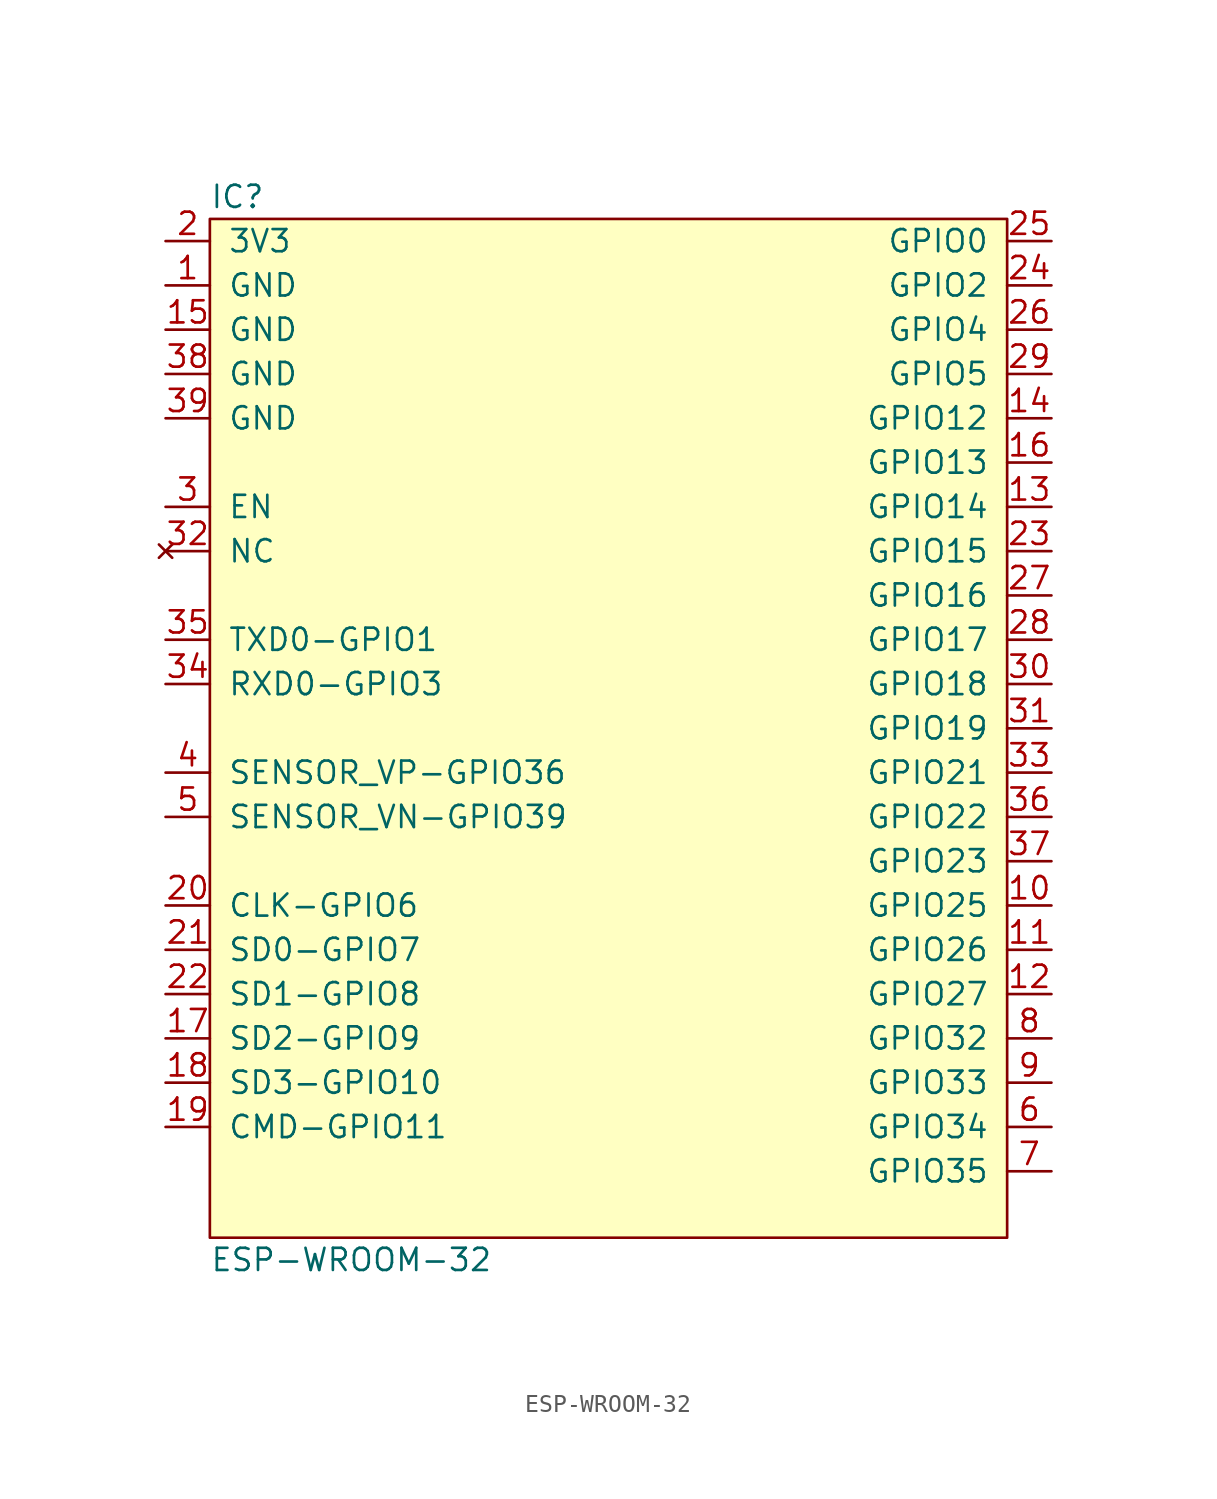
<source format=kicad_sym>
(kicad_symbol_lib
  (version 20211014)
  (generator agg_kicad.build_lib_ic)
  (symbol "ESP-WROOM-32"
    (pin_names
      (offset 1.016))
    (property Reference IC
      (at -22.86 30.48 0)
      (effects (font (size 1.27 1.27)) (justify left)))
    (property Value "ESP-WROOM-32"
      (at -22.86 -30.48 0)
      (effects (font (size 1.27 1.27)) (justify left)))
    (symbol "ESP-WROOM-32_0_0"
      (rectangle (start -22.86 29.21) (end 22.86 -29.21) (stroke (width 0) (type default) (color 0 0 0 0)) (fill (type background)))
      (pin power_in line (at -25.4 27.94 0) (length 2.54) (name "3V3" (effects (font (size 1.27 1.27)))) (number "2" (effects (font (size 1.27 1.27)))))
      (pin power_in line (at -25.4 25.4 0) (length 2.54) (name GND (effects (font (size 1.27 1.27)))) (number "1" (effects (font (size 1.27 1.27)))))
      (pin power_in line (at -25.4 22.86 0) (length 2.54) (name GND (effects (font (size 1.27 1.27)))) (number "15" (effects (font (size 1.27 1.27)))))
      (pin power_in line (at -25.4 20.32 0) (length 2.54) (name GND (effects (font (size 1.27 1.27)))) (number "38" (effects (font (size 1.27 1.27)))))
      (pin power_in line (at -25.4 17.78 0) (length 2.54) (name GND (effects (font (size 1.27 1.27)))) (number "39" (effects (font (size 1.27 1.27)))))
      (pin input line (at -25.4 12.7 0) (length 2.54) (name EN (effects (font (size 1.27 1.27)))) (number "3" (effects (font (size 1.27 1.27)))))
      (pin no_connect line (at -25.4 10.16 0) (length 2.54) (name NC (effects (font (size 1.27 1.27)))) (number "32" (effects (font (size 1.27 1.27)))))
      (pin bidirectional line (at -25.4 5.08 0) (length 2.54) (name "TXD0-GPIO1" (effects (font (size 1.27 1.27)))) (number "35" (effects (font (size 1.27 1.27)))))
      (pin bidirectional line (at -25.4 2.54 0) (length 2.54) (name "RXD0-GPIO3" (effects (font (size 1.27 1.27)))) (number "34" (effects (font (size 1.27 1.27)))))
      (pin bidirectional line (at -25.4 -2.54 0) (length 2.54) (name "SENSOR_VP-GPIO36" (effects (font (size 1.27 1.27)))) (number "4" (effects (font (size 1.27 1.27)))))
      (pin bidirectional line (at -25.4 -5.08 0) (length 2.54) (name "SENSOR_VN-GPIO39" (effects (font (size 1.27 1.27)))) (number "5" (effects (font (size 1.27 1.27)))))
      (pin bidirectional line (at -25.4 -10.16 0) (length 2.54) (name "CLK-GPIO6" (effects (font (size 1.27 1.27)))) (number "20" (effects (font (size 1.27 1.27)))))
      (pin bidirectional line (at -25.4 -12.7 0) (length 2.54) (name "SD0-GPIO7" (effects (font (size 1.27 1.27)))) (number "21" (effects (font (size 1.27 1.27)))))
      (pin bidirectional line (at -25.4 -15.24 0) (length 2.54) (name "SD1-GPIO8" (effects (font (size 1.27 1.27)))) (number "22" (effects (font (size 1.27 1.27)))))
      (pin bidirectional line (at -25.4 -17.78 0) (length 2.54) (name "SD2-GPIO9" (effects (font (size 1.27 1.27)))) (number "17" (effects (font (size 1.27 1.27)))))
      (pin bidirectional line (at -25.4 -20.32 0) (length 2.54) (name "SD3-GPIO10" (effects (font (size 1.27 1.27)))) (number "18" (effects (font (size 1.27 1.27)))))
      (pin bidirectional line (at -25.4 -22.86 0) (length 2.54) (name "CMD-GPIO11" (effects (font (size 1.27 1.27)))) (number "19" (effects (font (size 1.27 1.27)))))
      (pin bidirectional line (at 25.4 27.94 180) (length 2.54) (name "GPIO0" (effects (font (size 1.27 1.27)))) (number "25" (effects (font (size 1.27 1.27)))))
      (pin bidirectional line (at 25.4 25.4 180) (length 2.54) (name "GPIO2" (effects (font (size 1.27 1.27)))) (number "24" (effects (font (size 1.27 1.27)))))
      (pin bidirectional line (at 25.4 22.86 180) (length 2.54) (name "GPIO4" (effects (font (size 1.27 1.27)))) (number "26" (effects (font (size 1.27 1.27)))))
      (pin bidirectional line (at 25.4 20.32 180) (length 2.54) (name "GPIO5" (effects (font (size 1.27 1.27)))) (number "29" (effects (font (size 1.27 1.27)))))
      (pin bidirectional line (at 25.4 17.78 180) (length 2.54) (name "GPIO12" (effects (font (size 1.27 1.27)))) (number "14" (effects (font (size 1.27 1.27)))))
      (pin bidirectional line (at 25.4 15.24 180) (length 2.54) (name "GPIO13" (effects (font (size 1.27 1.27)))) (number "16" (effects (font (size 1.27 1.27)))))
      (pin bidirectional line (at 25.4 12.7 180) (length 2.54) (name "GPIO14" (effects (font (size 1.27 1.27)))) (number "13" (effects (font (size 1.27 1.27)))))
      (pin bidirectional line (at 25.4 10.16 180) (length 2.54) (name "GPIO15" (effects (font (size 1.27 1.27)))) (number "23" (effects (font (size 1.27 1.27)))))
      (pin bidirectional line (at 25.4 7.62 180) (length 2.54) (name "GPIO16" (effects (font (size 1.27 1.27)))) (number "27" (effects (font (size 1.27 1.27)))))
      (pin bidirectional line (at 25.4 5.08 180) (length 2.54) (name "GPIO17" (effects (font (size 1.27 1.27)))) (number "28" (effects (font (size 1.27 1.27)))))
      (pin bidirectional line (at 25.4 2.54 180) (length 2.54) (name "GPIO18" (effects (font (size 1.27 1.27)))) (number "30" (effects (font (size 1.27 1.27)))))
      (pin bidirectional line (at 25.4 0 180) (length 2.54) (name "GPIO19" (effects (font (size 1.27 1.27)))) (number "31" (effects (font (size 1.27 1.27)))))
      (pin bidirectional line (at 25.4 -2.54 180) (length 2.54) (name "GPIO21" (effects (font (size 1.27 1.27)))) (number "33" (effects (font (size 1.27 1.27)))))
      (pin bidirectional line (at 25.4 -5.08 180) (length 2.54) (name "GPIO22" (effects (font (size 1.27 1.27)))) (number "36" (effects (font (size 1.27 1.27)))))
      (pin bidirectional line (at 25.4 -7.62 180) (length 2.54) (name "GPIO23" (effects (font (size 1.27 1.27)))) (number "37" (effects (font (size 1.27 1.27)))))
      (pin bidirectional line (at 25.4 -10.16 180) (length 2.54) (name "GPIO25" (effects (font (size 1.27 1.27)))) (number "10" (effects (font (size 1.27 1.27)))))
      (pin bidirectional line (at 25.4 -12.7 180) (length 2.54) (name "GPIO26" (effects (font (size 1.27 1.27)))) (number "11" (effects (font (size 1.27 1.27)))))
      (pin bidirectional line (at 25.4 -15.24 180) (length 2.54) (name "GPIO27" (effects (font (size 1.27 1.27)))) (number "12" (effects (font (size 1.27 1.27)))))
      (pin bidirectional line (at 25.4 -17.78 180) (length 2.54) (name "GPIO32" (effects (font (size 1.27 1.27)))) (number "8" (effects (font (size 1.27 1.27)))))
      (pin bidirectional line (at 25.4 -20.32 180) (length 2.54) (name "GPIO33" (effects (font (size 1.27 1.27)))) (number "9" (effects (font (size 1.27 1.27)))))
      (pin bidirectional line (at 25.4 -22.86 180) (length 2.54) (name "GPIO34" (effects (font (size 1.27 1.27)))) (number "6" (effects (font (size 1.27 1.27)))))
      (pin bidirectional line (at 25.4 -25.4 180) (length 2.54) (name "GPIO35" (effects (font (size 1.27 1.27)))) (number "7" (effects (font (size 1.27 1.27))))))))
</source>
